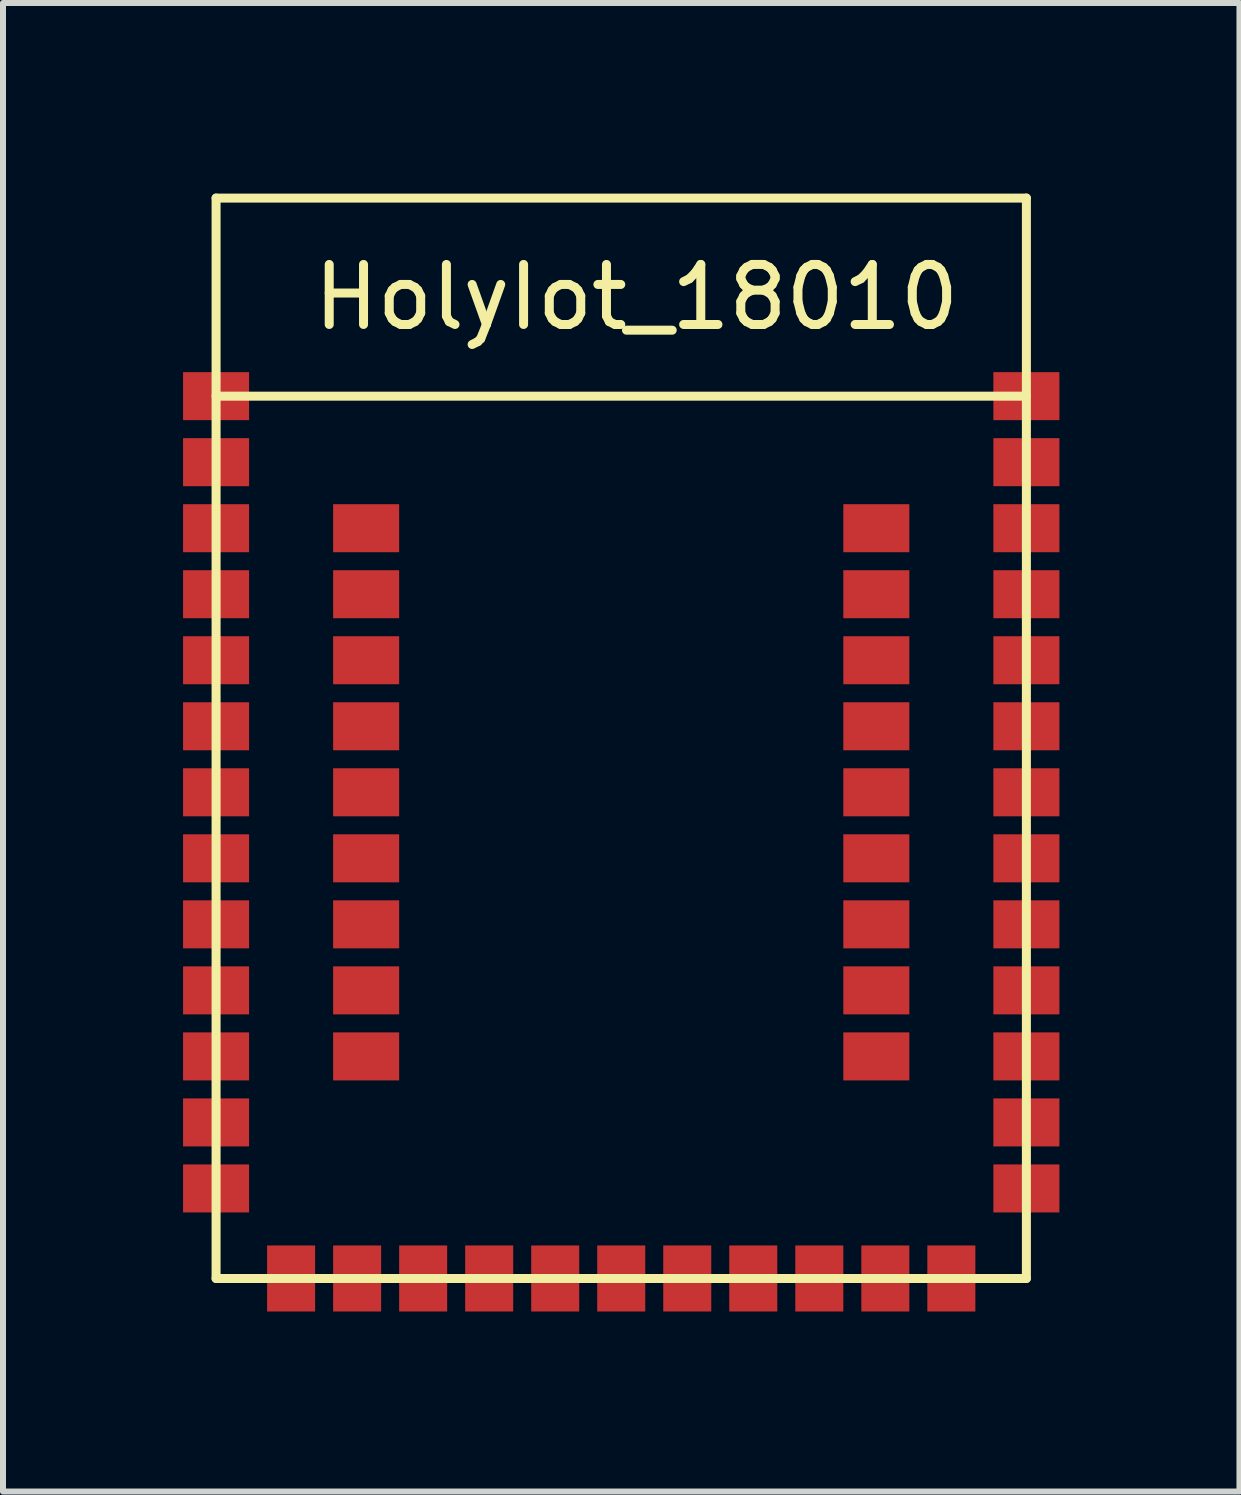
<source format=kicad_pcb>
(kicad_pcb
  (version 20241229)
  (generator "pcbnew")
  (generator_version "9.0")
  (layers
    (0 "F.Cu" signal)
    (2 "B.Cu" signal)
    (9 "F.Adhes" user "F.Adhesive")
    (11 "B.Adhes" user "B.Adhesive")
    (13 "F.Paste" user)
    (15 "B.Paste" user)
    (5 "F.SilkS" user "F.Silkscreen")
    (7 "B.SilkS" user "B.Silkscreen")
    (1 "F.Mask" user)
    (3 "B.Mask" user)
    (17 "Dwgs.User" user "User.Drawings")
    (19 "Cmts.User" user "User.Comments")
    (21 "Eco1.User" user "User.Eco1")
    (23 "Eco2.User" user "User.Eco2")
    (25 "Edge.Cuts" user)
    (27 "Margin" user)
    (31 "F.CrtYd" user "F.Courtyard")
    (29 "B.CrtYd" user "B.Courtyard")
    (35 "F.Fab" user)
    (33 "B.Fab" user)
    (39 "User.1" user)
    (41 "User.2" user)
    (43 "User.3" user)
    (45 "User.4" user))
  (footprint "HolyIot_18010"
    (layer "F.Cu")
    (at 7.3 0.25)
    (property "Reference" "HolyIot_18010" (at 0.254 1.651 0) (layer "F.SilkS") (effects (font (size 1 1) (thickness 0.15))))
    (attr through_hole)
    (fp_line (start -6.75 0) (end -6.75 18) (stroke (width 0.15) (type solid)) (layer "F.SilkS"))
    (fp_line (start -6.75 0) (end 6.75 0) (stroke (width 0.15) (type solid)) (layer "F.SilkS"))
    (fp_line (start -6.75 3.3) (end 6.75 3.3) (stroke (width 0.15) (type solid)) (layer "F.SilkS"))
    (fp_line (start -6.75 18) (end 6.75 18) (stroke (width 0.15) (type solid)) (layer "F.SilkS"))
    (fp_line (start 6.75 0) (end 6.75 18) (stroke (width 0.15) (type solid)) (layer "F.SilkS"))
    (pad "1" smd rect (at 6.75 3.3) (size 1.1 0.8) (layers "F.Cu" "F.Mask" "F.Paste"))
    (pad "2" smd rect (at 6.75 4.4) (size 1.1 0.8) (layers "F.Cu" "F.Mask" "F.Paste"))
    (pad "3" smd rect (at 6.75 5.5) (size 1.1 0.8) (layers "F.Cu" "F.Mask" "F.Paste"))
    (pad "4" smd rect (at 6.75 6.6) (size 1.1 0.8) (layers "F.Cu" "F.Mask" "F.Paste"))
    (pad "5" smd rect (at 6.75 7.7) (size 1.1 0.8) (layers "F.Cu" "F.Mask" "F.Paste"))
    (pad "6" smd rect (at 6.75 8.8) (size 1.1 0.8) (layers "F.Cu" "F.Mask" "F.Paste"))
    (pad "7" smd rect (at 6.75 9.9) (size 1.1 0.8) (layers "F.Cu" "F.Mask" "F.Paste"))
    (pad "8" smd rect (at 6.75 11) (size 1.1 0.8) (layers "F.Cu" "F.Mask" "F.Paste"))
    (pad "9" smd rect (at 6.75 12.1) (size 1.1 0.8) (layers "F.Cu" "F.Mask" "F.Paste"))
    (pad "10" smd rect (at 6.75 13.2) (size 1.1 0.8) (layers "F.Cu" "F.Mask" "F.Paste"))
    (pad "11" smd rect (at 6.75 14.3) (size 1.1 0.8) (layers "F.Cu" "F.Mask" "F.Paste"))
    (pad "12" smd rect (at 6.75 15.4) (size 1.1 0.8) (layers "F.Cu" "F.Mask" "F.Paste"))
    (pad "13" smd rect (at 6.75 16.5) (size 1.1 0.8) (layers "F.Cu" "F.Mask" "F.Paste"))
    (pad "14" smd rect (at 4.25 5.5) (size 1.1 0.8) (layers "F.Cu" "F.Mask" "F.Paste"))
    (pad "15" smd rect (at 4.25 6.6) (size 1.1 0.8) (layers "F.Cu" "F.Mask" "F.Paste"))
    (pad "16" smd rect (at 4.25 7.7) (size 1.1 0.8) (layers "F.Cu" "F.Mask" "F.Paste"))
    (pad "17" smd rect (at 4.25 8.8) (size 1.1 0.8) (layers "F.Cu" "F.Mask" "F.Paste"))
    (pad "18" smd rect (at 4.25 9.9) (size 1.1 0.8) (layers "F.Cu" "F.Mask" "F.Paste"))
    (pad "19" smd rect (at 4.25 11) (size 1.1 0.8) (layers "F.Cu" "F.Mask" "F.Paste"))
    (pad "20" smd rect (at 4.25 12.1) (size 1.1 0.8) (layers "F.Cu" "F.Mask" "F.Paste"))
    (pad "21" smd rect (at 4.25 13.2) (size 1.1 0.8) (layers "F.Cu" "F.Mask" "F.Paste"))
    (pad "22" smd rect (at 4.25 14.3) (size 1.1 0.8) (layers "F.Cu" "F.Mask" "F.Paste"))
    (pad "23" smd rect (at -4.25 5.5) (size 1.1 0.8) (layers "F.Cu" "F.Mask" "F.Paste"))
    (pad "24" smd rect (at -4.25 6.6) (size 1.1 0.8) (layers "F.Cu" "F.Mask" "F.Paste"))
    (pad "25" smd rect (at -4.25 7.7) (size 1.1 0.8) (layers "F.Cu" "F.Mask" "F.Paste"))
    (pad "26" smd rect (at -4.25 8.8) (size 1.1 0.8) (layers "F.Cu" "F.Mask" "F.Paste"))
    (pad "27" smd rect (at -4.25 9.9) (size 1.1 0.8) (layers "F.Cu" "F.Mask" "F.Paste"))
    (pad "28" smd rect (at -4.25 11) (size 1.1 0.8) (layers "F.Cu" "F.Mask" "F.Paste"))
    (pad "29" smd rect (at -4.25 12.1) (size 1.1 0.8) (layers "F.Cu" "F.Mask" "F.Paste"))
    (pad "30" smd rect (at -4.25 13.2) (size 1.1 0.8) (layers "F.Cu" "F.Mask" "F.Paste"))
    (pad "31" smd rect (at -4.25 14.3) (size 1.1 0.8) (layers "F.Cu" "F.Mask" "F.Paste"))
    (pad "32" smd rect (at -6.75 3.3) (size 1.1 0.8) (layers "F.Cu" "F.Mask" "F.Paste"))
    (pad "33" smd rect (at -6.75 4.4) (size 1.1 0.8) (layers "F.Cu" "F.Mask" "F.Paste"))
    (pad "34" smd rect (at -6.75 5.5) (size 1.1 0.8) (layers "F.Cu" "F.Mask" "F.Paste"))
    (pad "35" smd rect (at -6.75 6.6) (size 1.1 0.8) (layers "F.Cu" "F.Mask" "F.Paste"))
    (pad "36" smd rect (at -6.75 7.7) (size 1.1 0.8) (layers "F.Cu" "F.Mask" "F.Paste"))
    (pad "37" smd rect (at -6.75 8.8) (size 1.1 0.8) (layers "F.Cu" "F.Mask" "F.Paste"))
    (pad "38" smd rect (at -6.75 9.9) (size 1.1 0.8) (layers "F.Cu" "F.Mask" "F.Paste"))
    (pad "39" smd rect (at -6.75 11) (size 1.1 0.8) (layers "F.Cu" "F.Mask" "F.Paste"))
    (pad "40" smd rect (at -6.75 12.1) (size 1.1 0.8) (layers "F.Cu" "F.Mask" "F.Paste"))
    (pad "41" smd rect (at -6.75 13.2) (size 1.1 0.8) (layers "F.Cu" "F.Mask" "F.Paste"))
    (pad "42" smd rect (at -6.75 14.3) (size 1.1 0.8) (layers "F.Cu" "F.Mask" "F.Paste"))
    (pad "43" smd rect (at -6.75 15.4) (size 1.1 0.8) (layers "F.Cu" "F.Mask" "F.Paste"))
    (pad "44" smd rect (at -6.75 16.5) (size 1.1 0.8) (layers "F.Cu" "F.Mask" "F.Paste"))
    (pad "45" smd rect (at -5.5 18) (size 0.8 1.1) (layers "F.Cu" "F.Mask" "F.Paste"))
    (pad "46" smd rect (at -4.4 18) (size 0.8 1.1) (layers "F.Cu" "F.Mask" "F.Paste"))
    (pad "47" smd rect (at -3.3 18) (size 0.8 1.1) (layers "F.Cu" "F.Mask" "F.Paste"))
    (pad "48" smd rect (at -2.2 18) (size 0.8 1.1) (layers "F.Cu" "F.Mask" "F.Paste"))
    (pad "49" smd rect (at -1.1 18) (size 0.8 1.1) (layers "F.Cu" "F.Mask" "F.Paste"))
    (pad "50" smd rect (at 0 18) (size 0.8 1.1) (layers "F.Cu" "F.Mask" "F.Paste"))
    (pad "51" smd rect (at 1.1 18) (size 0.8 1.1) (layers "F.Cu" "F.Mask" "F.Paste"))
    (pad "52" smd rect (at 2.2 18) (size 0.8 1.1) (layers "F.Cu" "F.Mask" "F.Paste"))
    (pad "53" smd rect (at 3.3 18) (size 0.8 1.1) (layers "F.Cu" "F.Mask" "F.Paste"))
    (pad "54" smd rect (at 4.4 18) (size 0.8 1.1) (layers "F.Cu" "F.Mask" "F.Paste"))
    (pad "55" smd rect (at 5.5 18) (size 0.8 1.1) (layers "F.Cu" "F.Mask" "F.Paste")))
  (gr_rect
    (start -3 -3)
    (end 17.6 21.8)
    (stroke (width 0.1) (type default))
    (fill no)
    (layer "Edge.Cuts")))
</source>
